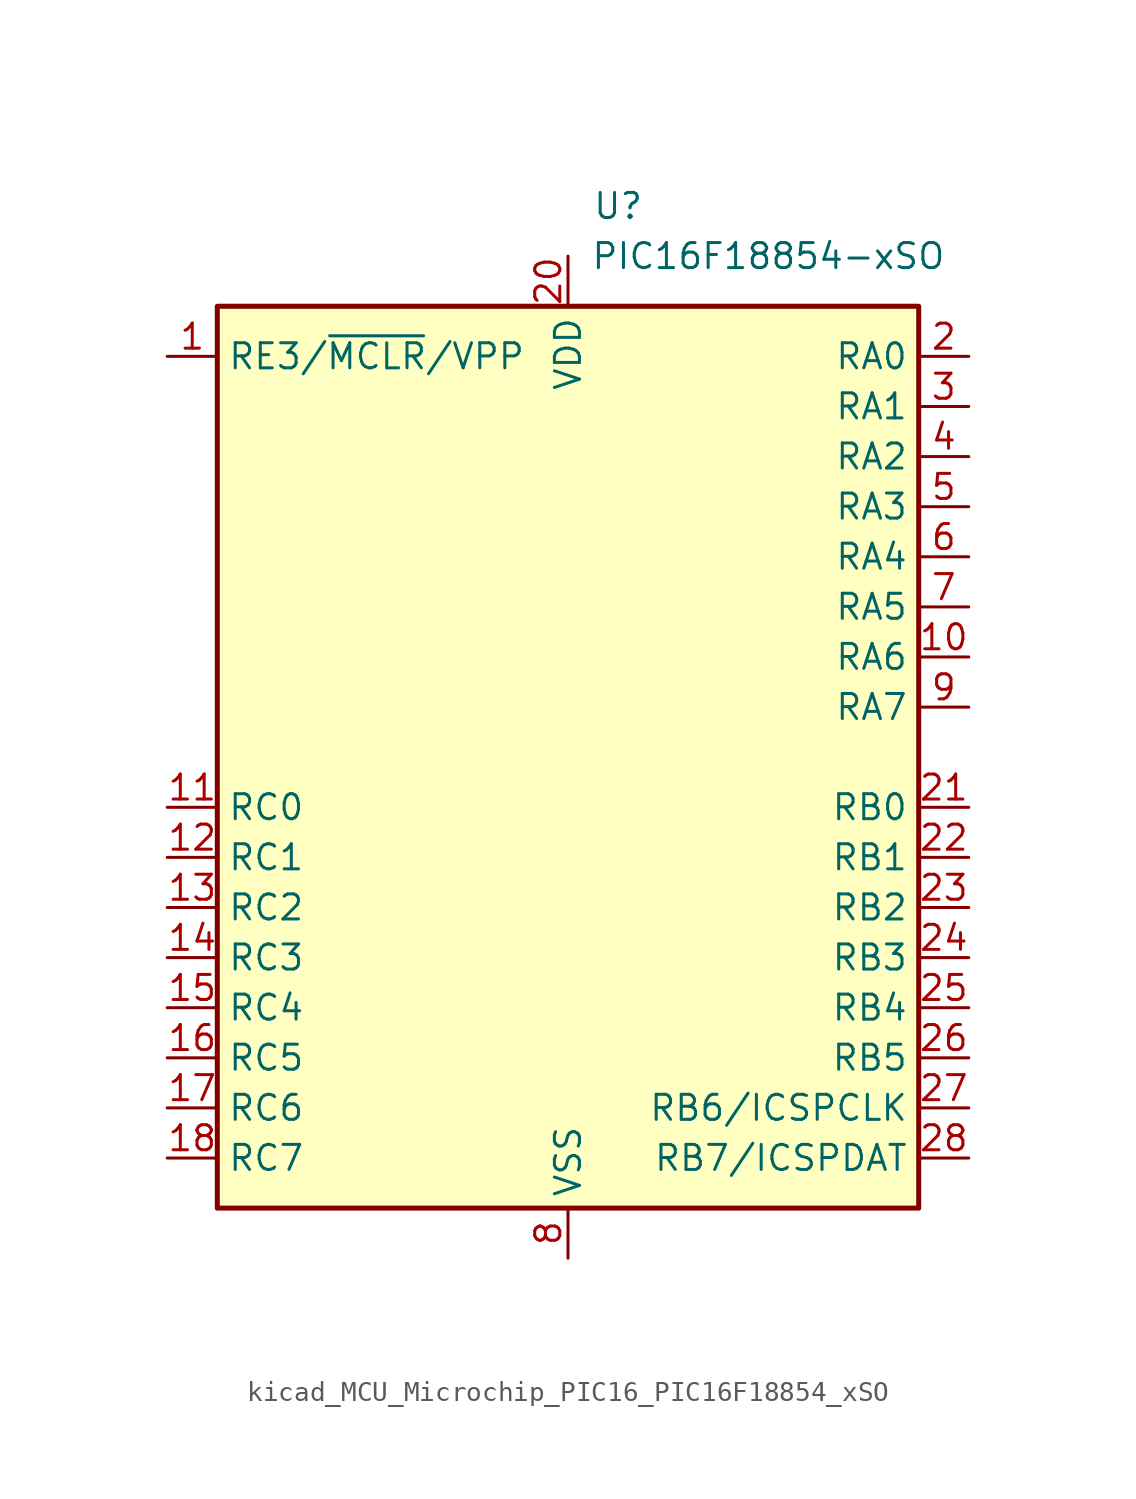
<source format=kicad_sym>
(kicad_symbol_lib
  (version 20220914)
  (generator kicad_symbol_editor)
  (symbol "kicad_MCU_Microchip_PIC16_PIC16F18854_xSO"
    (property "Reference" "U"
      (at 2.54 27.94 0)
      (effects (font (size 1.27 1.27))))
    (property "Value" "PIC16F18854-xSO"
      (at 10.16 25.4 0)
      (effects (font (size 1.27 1.27))))
    (symbol "kicad_MCU_Microchip_PIC16_PIC16F18854_xSO_0_0"
      (pin passive line (at 0 -25.4 90) (length 2.54) hide (name "VSS" (effects (font (size 1.27 1.27)))) (number "19" (effects (font (size 1.27 1.27))))))
    (symbol "kicad_MCU_Microchip_PIC16_PIC16F18854_xSO_0_1"
      (rectangle (start -17.78 22.86) (end 17.78 -22.86) (stroke (width 0.254) (type default)) (fill (type background))))
    (symbol "kicad_MCU_Microchip_PIC16_PIC16F18854_xSO_1_1"
      (pin input line (at -20.32 20.32 0) (length 2.54) (name "RE3/~{MCLR}/VPP" (effects (font (size 1.27 1.27)))) (number "1" (effects (font (size 1.27 1.27)))))
      (pin bidirectional line (at 20.32 5.08 180) (length 2.54) (name "RA6" (effects (font (size 1.27 1.27)))) (number "10" (effects (font (size 1.27 1.27)))))
      (pin bidirectional line (at -20.32 -2.54 0) (length 2.54) (name "RC0" (effects (font (size 1.27 1.27)))) (number "11" (effects (font (size 1.27 1.27)))))
      (pin bidirectional line (at -20.32 -5.08 0) (length 2.54) (name "RC1" (effects (font (size 1.27 1.27)))) (number "12" (effects (font (size 1.27 1.27)))))
      (pin bidirectional line (at -20.32 -7.62 0) (length 2.54) (name "RC2" (effects (font (size 1.27 1.27)))) (number "13" (effects (font (size 1.27 1.27)))))
      (pin bidirectional line (at -20.32 -10.16 0) (length 2.54) (name "RC3" (effects (font (size 1.27 1.27)))) (number "14" (effects (font (size 1.27 1.27)))))
      (pin bidirectional line (at -20.32 -12.7 0) (length 2.54) (name "RC4" (effects (font (size 1.27 1.27)))) (number "15" (effects (font (size 1.27 1.27)))))
      (pin bidirectional line (at -20.32 -15.24 0) (length 2.54) (name "RC5" (effects (font (size 1.27 1.27)))) (number "16" (effects (font (size 1.27 1.27)))))
      (pin bidirectional line (at -20.32 -17.78 0) (length 2.54) (name "RC6" (effects (font (size 1.27 1.27)))) (number "17" (effects (font (size 1.27 1.27)))))
      (pin bidirectional line (at -20.32 -20.32 0) (length 2.54) (name "RC7" (effects (font (size 1.27 1.27)))) (number "18" (effects (font (size 1.27 1.27)))))
      (pin bidirectional line (at 20.32 20.32 180) (length 2.54) (name "RA0" (effects (font (size 1.27 1.27)))) (number "2" (effects (font (size 1.27 1.27)))))
      (pin power_in line (at 0 25.4 270) (length 2.54) (name "VDD" (effects (font (size 1.27 1.27)))) (number "20" (effects (font (size 1.27 1.27)))))
      (pin bidirectional line (at 20.32 -2.54 180) (length 2.54) (name "RB0" (effects (font (size 1.27 1.27)))) (number "21" (effects (font (size 1.27 1.27)))))
      (pin bidirectional line (at 20.32 -5.08 180) (length 2.54) (name "RB1" (effects (font (size 1.27 1.27)))) (number "22" (effects (font (size 1.27 1.27)))))
      (pin bidirectional line (at 20.32 -7.62 180) (length 2.54) (name "RB2" (effects (font (size 1.27 1.27)))) (number "23" (effects (font (size 1.27 1.27)))))
      (pin bidirectional line (at 20.32 -10.16 180) (length 2.54) (name "RB3" (effects (font (size 1.27 1.27)))) (number "24" (effects (font (size 1.27 1.27)))))
      (pin bidirectional line (at 20.32 -12.7 180) (length 2.54) (name "RB4" (effects (font (size 1.27 1.27)))) (number "25" (effects (font (size 1.27 1.27)))))
      (pin bidirectional line (at 20.32 -15.24 180) (length 2.54) (name "RB5" (effects (font (size 1.27 1.27)))) (number "26" (effects (font (size 1.27 1.27)))))
      (pin bidirectional line (at 20.32 -17.78 180) (length 2.54) (name "RB6/ICSPCLK" (effects (font (size 1.27 1.27)))) (number "27" (effects (font (size 1.27 1.27)))))
      (pin bidirectional line (at 20.32 -20.32 180) (length 2.54) (name "RB7/ICSPDAT" (effects (font (size 1.27 1.27)))) (number "28" (effects (font (size 1.27 1.27)))))
      (pin bidirectional line (at 20.32 17.78 180) (length 2.54) (name "RA1" (effects (font (size 1.27 1.27)))) (number "3" (effects (font (size 1.27 1.27)))))
      (pin bidirectional line (at 20.32 15.24 180) (length 2.54) (name "RA2" (effects (font (size 1.27 1.27)))) (number "4" (effects (font (size 1.27 1.27)))))
      (pin bidirectional line (at 20.32 12.7 180) (length 2.54) (name "RA3" (effects (font (size 1.27 1.27)))) (number "5" (effects (font (size 1.27 1.27)))))
      (pin bidirectional line (at 20.32 10.16 180) (length 2.54) (name "RA4" (effects (font (size 1.27 1.27)))) (number "6" (effects (font (size 1.27 1.27)))))
      (pin bidirectional line (at 20.32 7.62 180) (length 2.54) (name "RA5" (effects (font (size 1.27 1.27)))) (number "7" (effects (font (size 1.27 1.27)))))
      (pin power_in line (at 0 -25.4 90) (length 2.54) (name "VSS" (effects (font (size 1.27 1.27)))) (number "8" (effects (font (size 1.27 1.27)))))
      (pin bidirectional line (at 20.32 2.54 180) (length 2.54) (name "RA7" (effects (font (size 1.27 1.27)))) (number "9" (effects (font (size 1.27 1.27))))))))
</source>
